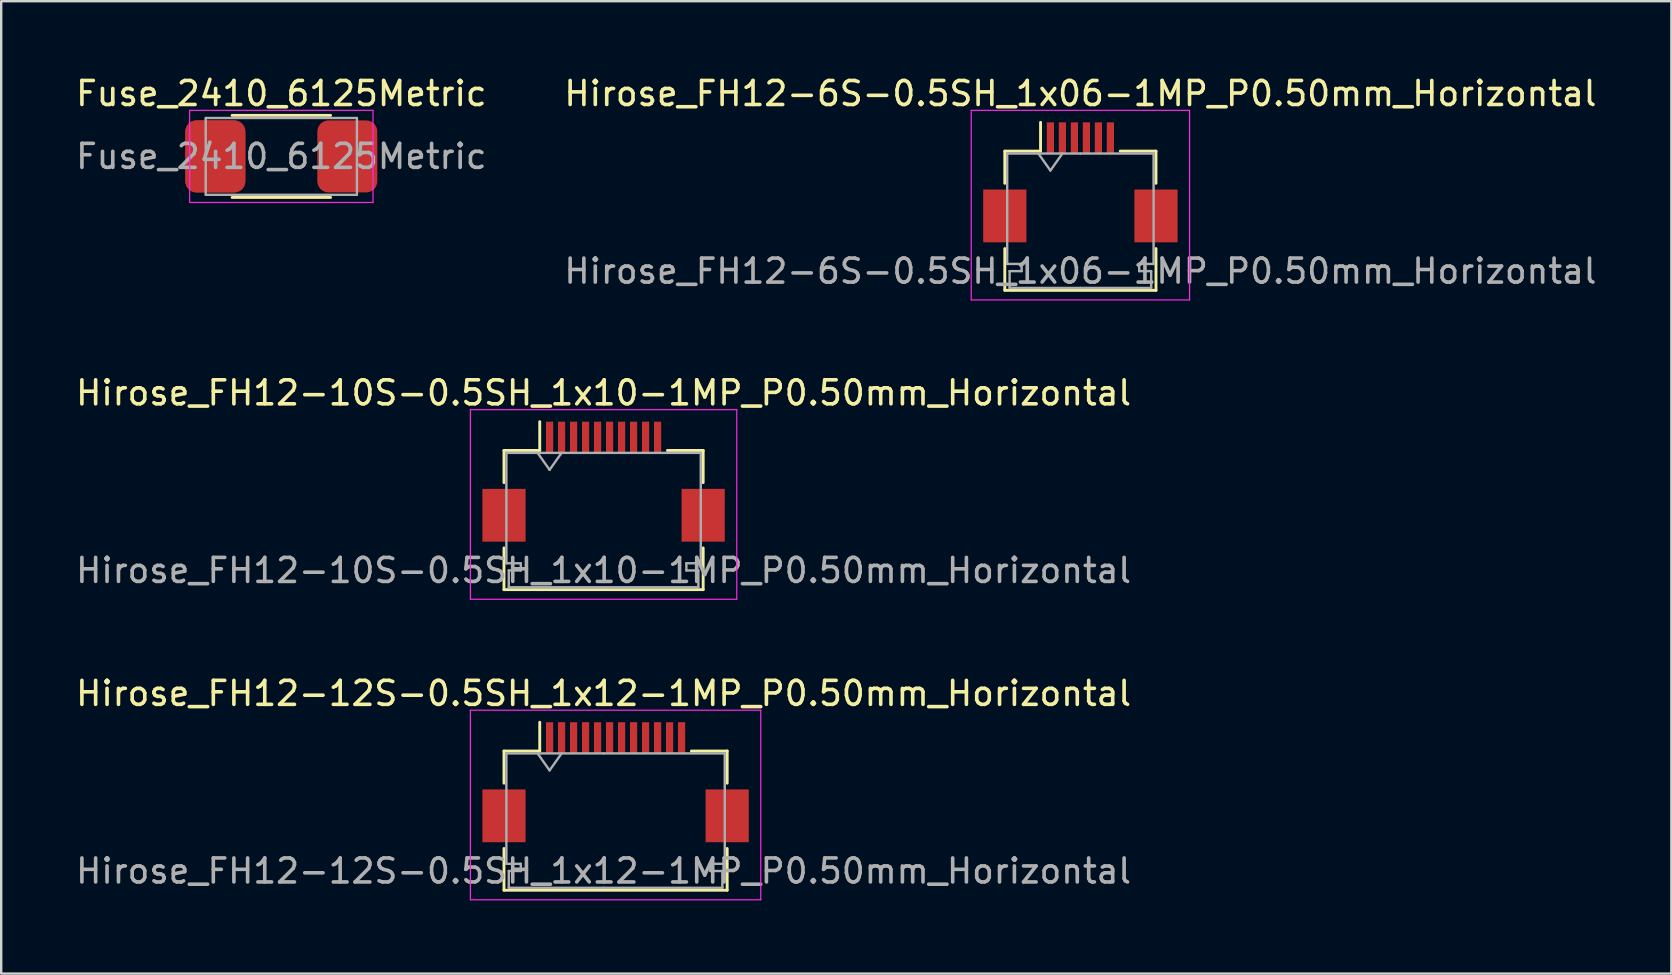
<source format=kicad_pcb>
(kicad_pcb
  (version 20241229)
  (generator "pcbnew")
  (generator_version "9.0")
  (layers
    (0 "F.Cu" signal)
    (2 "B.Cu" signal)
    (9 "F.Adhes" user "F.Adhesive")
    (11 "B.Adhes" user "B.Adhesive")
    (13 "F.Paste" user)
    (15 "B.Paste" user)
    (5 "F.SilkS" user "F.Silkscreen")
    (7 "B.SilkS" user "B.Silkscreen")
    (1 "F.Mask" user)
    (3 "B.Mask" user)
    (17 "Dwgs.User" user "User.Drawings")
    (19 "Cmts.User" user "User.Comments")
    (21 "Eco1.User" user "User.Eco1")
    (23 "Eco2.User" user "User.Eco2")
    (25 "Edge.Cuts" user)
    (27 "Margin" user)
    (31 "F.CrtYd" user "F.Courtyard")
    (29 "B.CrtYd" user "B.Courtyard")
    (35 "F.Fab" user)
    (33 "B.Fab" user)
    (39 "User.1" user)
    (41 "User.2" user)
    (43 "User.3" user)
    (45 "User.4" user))
  (footprint "Hirose_FH12-6S-0.5SH_1x06-1MP_P0.50mm_Horizontal"
    (layer "F.Cu")
    (at 41.97 4.548)
    (property "Reference" "Hirose_FH12-6S-0.5SH_1x06-1MP_P0.50mm_Horizontal" (at 0 -3.7 0) (layer "F.SilkS") (effects (font (size 1 1) (thickness 0.15))))
    (attr smd)
    (fp_line (start -3.15 -1.3) (end -3.15 0.04) (stroke (width 0.12) (type solid)) (layer "F.SilkS"))
    (fp_line (start -3.15 2.76) (end -3.15 4.5) (stroke (width 0.12) (type solid)) (layer "F.SilkS"))
    (fp_line (start -3.15 4.5) (end 3.15 4.5) (stroke (width 0.12) (type solid)) (layer "F.SilkS"))
    (fp_line (start -1.66 -1.3) (end -3.15 -1.3) (stroke (width 0.12) (type solid)) (layer "F.SilkS"))
    (fp_line (start -1.66 -1.3) (end -1.66 -2.5) (stroke (width 0.12) (type solid)) (layer "F.SilkS"))
    (fp_line (start 1.66 -1.3) (end 3.15 -1.3) (stroke (width 0.12) (type solid)) (layer "F.SilkS"))
    (fp_line (start 3.15 -1.3) (end 3.15 0.04) (stroke (width 0.12) (type solid)) (layer "F.SilkS"))
    (fp_line (start 3.15 4.5) (end 3.15 2.76) (stroke (width 0.12) (type solid)) (layer "F.SilkS"))
    (fp_line (start -4.55 -3) (end -4.55 4.9) (stroke (width 0.05) (type solid)) (layer "F.CrtYd"))
    (fp_line (start -4.55 4.9) (end 4.55 4.9) (stroke (width 0.05) (type solid)) (layer "F.CrtYd"))
    (fp_line (start 4.55 -3) (end -4.55 -3) (stroke (width 0.05) (type solid)) (layer "F.CrtYd"))
    (fp_line (start 4.55 4.9) (end 4.55 -3) (stroke (width 0.05) (type solid)) (layer "F.CrtYd"))
    (fp_line (start -3.05 -1.2) (end -3.05 3.4) (stroke (width 0.1) (type solid)) (layer "F.Fab"))
    (fp_line (start -3.05 3.4) (end -2.45 3.4) (stroke (width 0.1) (type solid)) (layer "F.Fab"))
    (fp_line (start -2.95 3.7) (end -2.95 4.4) (stroke (width 0.1) (type solid)) (layer "F.Fab"))
    (fp_line (start -2.95 4.4) (end 0 4.4) (stroke (width 0.1) (type solid)) (layer "F.Fab"))
    (fp_line (start -2.45 3.4) (end -2.45 3.7) (stroke (width 0.1) (type solid)) (layer "F.Fab"))
    (fp_line (start -2.45 3.7) (end -2.95 3.7) (stroke (width 0.1) (type solid)) (layer "F.Fab"))
    (fp_line (start -1.75 -1.2) (end -1.25 -0.493) (stroke (width 0.1) (type solid)) (layer "F.Fab"))
    (fp_line (start -1.25 -0.493) (end -0.75 -1.2) (stroke (width 0.1) (type solid)) (layer "F.Fab"))
    (fp_line (start 0 -1.2) (end -3.05 -1.2) (stroke (width 0.1) (type solid)) (layer "F.Fab"))
    (fp_line (start 0 -1.2) (end 3.05 -1.2) (stroke (width 0.1) (type solid)) (layer "F.Fab"))
    (fp_line (start 2.45 3.4) (end 2.45 3.7) (stroke (width 0.1) (type solid)) (layer "F.Fab"))
    (fp_line (start 2.45 3.7) (end 2.95 3.7) (stroke (width 0.1) (type solid)) (layer "F.Fab"))
    (fp_line (start 2.95 3.7) (end 2.95 4.4) (stroke (width 0.1) (type solid)) (layer "F.Fab"))
    (fp_line (start 2.95 4.4) (end 0 4.4) (stroke (width 0.1) (type solid)) (layer "F.Fab"))
    (fp_line (start 3.05 -1.2) (end 3.05 3.4) (stroke (width 0.1) (type solid)) (layer "F.Fab"))
    (fp_line (start 3.05 3.4) (end 2.45 3.4) (stroke (width 0.1) (type solid)) (layer "F.Fab"))
    (fp_text user "${REFERENCE}" (at 0 3.7 0) (layer "F.Fab") (effects (font (size 1 1) (thickness 0.15))))
    (pad "1" smd rect (at -1.25 -1.85) (size 0.3 1.3) (layers "F.Cu" "F.Mask" "F.Paste"))
    (pad "2" smd rect (at -0.75 -1.85) (size 0.3 1.3) (layers "F.Cu" "F.Mask" "F.Paste"))
    (pad "3" smd rect (at -0.25 -1.85) (size 0.3 1.3) (layers "F.Cu" "F.Mask" "F.Paste"))
    (pad "4" smd rect (at 0.25 -1.85) (size 0.3 1.3) (layers "F.Cu" "F.Mask" "F.Paste"))
    (pad "5" smd rect (at 0.75 -1.85) (size 0.3 1.3) (layers "F.Cu" "F.Mask" "F.Paste"))
    (pad "6" smd rect (at 1.25 -1.85) (size 0.3 1.3) (layers "F.Cu" "F.Mask" "F.Paste"))
    (pad "MP" smd rect (at -3.15 1.4) (size 1.8 2.2) (layers "F.Cu" "F.Mask" "F.Paste"))
    (pad "MP" smd rect (at 3.15 1.4) (size 1.8 2.2) (layers "F.Cu" "F.Mask" "F.Paste")))
  (footprint "Hirose_FH12-12S-0.5SH_1x12-1MP_P0.50mm_Horizontal"
    (layer "F.Cu")
    (at 22.601 29.545)
    (property "Reference" "Hirose_FH12-12S-0.5SH_1x12-1MP_P0.50mm_Horizontal" (at -0.5 -3.7 0) (layer "F.SilkS") (effects (font (size 1 1) (thickness 0.15))))
    (attr smd)
    (fp_line (start -4.65 -1.3) (end -4.65 0.04) (stroke (width 0.12) (type solid)) (layer "F.SilkS"))
    (fp_line (start -4.65 2.76) (end -4.65 4.5) (stroke (width 0.12) (type solid)) (layer "F.SilkS"))
    (fp_line (start -4.65 4.5) (end 4.65 4.5) (stroke (width 0.12) (type solid)) (layer "F.SilkS"))
    (fp_line (start -3.16 -1.3) (end -4.65 -1.3) (stroke (width 0.12) (type solid)) (layer "F.SilkS"))
    (fp_line (start -3.16 -1.3) (end -3.16 -2.5) (stroke (width 0.12) (type solid)) (layer "F.SilkS"))
    (fp_line (start 3.16 -1.3) (end 4.65 -1.3) (stroke (width 0.12) (type solid)) (layer "F.SilkS"))
    (fp_line (start 4.65 -1.3) (end 4.65 0.04) (stroke (width 0.12) (type solid)) (layer "F.SilkS"))
    (fp_line (start 4.65 4.5) (end 4.65 2.76) (stroke (width 0.12) (type solid)) (layer "F.SilkS"))
    (fp_line (start -3.25 -0.1) (end -3.25 4.9) (stroke (width 0.15) (type solid)) (layer "Eco1.User"))
    (fp_line (start -3.25 -0.1) (end 3.25 -0.1) (stroke (width 0.15) (type solid)) (layer "Eco1.User"))
    (fp_line (start 3.25 -0.1) (end 3.25 4.9) (stroke (width 0.15) (type solid)) (layer "Eco1.User"))
    (fp_line (start -6.05 -3) (end -6.05 4.9) (stroke (width 0.05) (type solid)) (layer "F.CrtYd"))
    (fp_line (start -6.05 4.9) (end 6.05 4.9) (stroke (width 0.05) (type solid)) (layer "F.CrtYd"))
    (fp_line (start 6.05 -3) (end -6.05 -3) (stroke (width 0.05) (type solid)) (layer "F.CrtYd"))
    (fp_line (start 6.05 4.9) (end 6.05 -3) (stroke (width 0.05) (type solid)) (layer "F.CrtYd"))
    (fp_line (start -4.55 -1.2) (end -4.55 3.4) (stroke (width 0.1) (type solid)) (layer "F.Fab"))
    (fp_line (start -4.55 3.4) (end -3.95 3.4) (stroke (width 0.1) (type solid)) (layer "F.Fab"))
    (fp_line (start -4.45 3.7) (end -4.45 4.4) (stroke (width 0.1) (type solid)) (layer "F.Fab"))
    (fp_line (start -4.45 4.4) (end -0.5 4.4) (stroke (width 0.1) (type solid)) (layer "F.Fab"))
    (fp_line (start -3.95 3.4) (end -3.95 3.7) (stroke (width 0.1) (type solid)) (layer "F.Fab"))
    (fp_line (start -3.95 3.7) (end -4.45 3.7) (stroke (width 0.1) (type solid)) (layer "F.Fab"))
    (fp_line (start -3.25 -1.2) (end -2.75 -0.493) (stroke (width 0.1) (type solid)) (layer "F.Fab"))
    (fp_line (start -2.75 -0.493) (end -2.25 -1.2) (stroke (width 0.1) (type solid)) (layer "F.Fab"))
    (fp_line (start -0.5 -1.2) (end -4.55 -1.2) (stroke (width 0.1) (type solid)) (layer "F.Fab"))
    (fp_line (start -0.5 -1.2) (end 4.55 -1.2) (stroke (width 0.1) (type solid)) (layer "F.Fab"))
    (fp_line (start 3.95 3.4) (end 3.95 3.7) (stroke (width 0.1) (type solid)) (layer "F.Fab"))
    (fp_line (start 3.95 3.7) (end 4.45 3.7) (stroke (width 0.1) (type solid)) (layer "F.Fab"))
    (fp_line (start 4.45 3.7) (end 4.45 4.4) (stroke (width 0.1) (type solid)) (layer "F.Fab"))
    (fp_line (start 4.45 4.4) (end -0.5 4.4) (stroke (width 0.1) (type solid)) (layer "F.Fab"))
    (fp_line (start 4.55 -1.2) (end 4.55 3.4) (stroke (width 0.1) (type solid)) (layer "F.Fab"))
    (fp_line (start 4.55 3.4) (end 3.95 3.4) (stroke (width 0.1) (type solid)) (layer "F.Fab"))
    (fp_text user "${REFERENCE}" (at -0.5 3.7 0) (layer "F.Fab") (effects (font (size 1 1) (thickness 0.15))))
    (pad "1" smd rect (at -2.75 -1.85) (size 0.3 1.3) (layers "F.Cu" "F.Mask" "F.Paste"))
    (pad "2" smd rect (at -2.25 -1.85) (size 0.3 1.3) (layers "F.Cu" "F.Mask" "F.Paste"))
    (pad "3" smd rect (at -1.75 -1.85) (size 0.3 1.3) (layers "F.Cu" "F.Mask" "F.Paste"))
    (pad "4" smd rect (at -1.25 -1.85) (size 0.3 1.3) (layers "F.Cu" "F.Mask" "F.Paste"))
    (pad "5" smd rect (at -0.75 -1.85) (size 0.3 1.3) (layers "F.Cu" "F.Mask" "F.Paste"))
    (pad "6" smd rect (at -0.25 -1.85) (size 0.3 1.3) (layers "F.Cu" "F.Mask" "F.Paste"))
    (pad "7" smd rect (at 0.25 -1.85) (size 0.3 1.3) (layers "F.Cu" "F.Mask" "F.Paste"))
    (pad "8" smd rect (at 0.75 -1.85) (size 0.3 1.3) (layers "F.Cu" "F.Mask" "F.Paste"))
    (pad "9" smd rect (at 1.25 -1.85) (size 0.3 1.3) (layers "F.Cu" "F.Mask" "F.Paste"))
    (pad "10" smd rect (at 1.75 -1.85) (size 0.3 1.3) (layers "F.Cu" "F.Mask" "F.Paste"))
    (pad "11" smd rect (at 2.25 -1.85) (size 0.3 1.3) (layers "F.Cu" "F.Mask" "F.Paste"))
    (pad "12" smd rect (at 2.75 -1.85) (size 0.3 1.3) (layers "F.Cu" "F.Mask" "F.Paste"))
    (pad "MP" smd rect (at -4.65 1.4) (size 1.8 2.2) (layers "F.Cu" "F.Mask" "F.Paste"))
    (pad "MP" smd rect (at 4.65 1.4) (size 1.8 2.2) (layers "F.Cu" "F.Mask" "F.Paste")))
  (footprint "Fuse_2410_6125Metric"
    (layer "F.Cu")
    (at 8.673 3.468)
    (property "Reference" "Fuse_2410_6125Metric" (at 0 -2.62 0) (layer "F.SilkS") (effects (font (size 1 1) (thickness 0.15))))
    (attr smd)
    (fp_line (start -2.052 -1.71) (end 2.052 -1.71) (stroke (width 0.12) (type solid)) (layer "F.SilkS"))
    (fp_line (start -2.052 1.71) (end 2.052 1.71) (stroke (width 0.12) (type solid)) (layer "F.SilkS"))
    (fp_line (start -3.82 -1.92) (end 3.82 -1.92) (stroke (width 0.05) (type solid)) (layer "F.CrtYd"))
    (fp_line (start -3.82 1.92) (end -3.82 -1.92) (stroke (width 0.05) (type solid)) (layer "F.CrtYd"))
    (fp_line (start 3.82 -1.92) (end 3.82 1.92) (stroke (width 0.05) (type solid)) (layer "F.CrtYd"))
    (fp_line (start 3.82 1.92) (end -3.82 1.92) (stroke (width 0.05) (type solid)) (layer "F.CrtYd"))
    (fp_line (start -3.15 -1.6) (end 3.15 -1.6) (stroke (width 0.1) (type solid)) (layer "F.Fab"))
    (fp_line (start -3.15 1.6) (end -3.15 -1.6) (stroke (width 0.1) (type solid)) (layer "F.Fab"))
    (fp_line (start 3.15 -1.6) (end 3.15 1.6) (stroke (width 0.1) (type solid)) (layer "F.Fab"))
    (fp_line (start 3.15 1.6) (end -3.15 1.6) (stroke (width 0.1) (type solid)) (layer "F.Fab"))
    (fp_text user "${REFERENCE}" (at 0 0 0) (layer "F.Fab") (effects (font (size 1 1) (thickness 0.15))))
    (pad "1" smd roundrect (at -2.75 0) (size 2.5 3) (layers "F.Cu" "F.Mask" "F.Paste") (roundrect_rratio 0.185))
    (pad "1" smd roundrect (at -2.75 0) (size 2.5 3) (layers "F.Cu" "F.Mask" "F.Paste") (roundrect_rratio 0.185))
    (pad "2" smd roundrect (at 2.75 0 180) (size 2.5 3) (layers "F.Cu" "F.Mask" "F.Paste") (roundrect_rratio 0.185)))
  (footprint "Hirose_FH12-10S-0.5SH_1x10-1MP_P0.50mm_Horizontal"
    (layer "F.Cu")
    (at 22.101 17.021)
    (property "Reference" "Hirose_FH12-10S-0.5SH_1x10-1MP_P0.50mm_Horizontal" (at 0 -3.7 0) (layer "F.SilkS") (effects (font (size 1 1) (thickness 0.15))))
    (attr smd)
    (fp_line (start -4.15 -1.3) (end -4.15 0.04) (stroke (width 0.12) (type solid)) (layer "F.SilkS"))
    (fp_line (start -4.15 2.76) (end -4.15 4.5) (stroke (width 0.12) (type solid)) (layer "F.SilkS"))
    (fp_line (start -4.15 4.5) (end 4.15 4.5) (stroke (width 0.12) (type solid)) (layer "F.SilkS"))
    (fp_line (start -2.66 -1.3) (end -4.15 -1.3) (stroke (width 0.12) (type solid)) (layer "F.SilkS"))
    (fp_line (start -2.66 -1.3) (end -2.66 -2.5) (stroke (width 0.12) (type solid)) (layer "F.SilkS"))
    (fp_line (start 2.66 -1.3) (end 4.15 -1.3) (stroke (width 0.12) (type solid)) (layer "F.SilkS"))
    (fp_line (start 4.15 -1.3) (end 4.15 0.04) (stroke (width 0.12) (type solid)) (layer "F.SilkS"))
    (fp_line (start 4.15 4.5) (end 4.15 2.76) (stroke (width 0.12) (type solid)) (layer "F.SilkS"))
    (fp_line (start -2.75 -0.1) (end -2.75 4.9) (stroke (width 0.15) (type solid)) (layer "Eco1.User"))
    (fp_line (start -2.75 -0.1) (end 2.75 -0.1) (stroke (width 0.15) (type solid)) (layer "Eco1.User"))
    (fp_line (start 2.75 -0.1) (end 2.75 4.9) (stroke (width 0.15) (type solid)) (layer "Eco1.User"))
    (fp_line (start -5.55 -3) (end -5.55 4.9) (stroke (width 0.05) (type solid)) (layer "F.CrtYd"))
    (fp_line (start -5.55 4.9) (end 5.55 4.9) (stroke (width 0.05) (type solid)) (layer "F.CrtYd"))
    (fp_line (start 5.55 -3) (end -5.55 -3) (stroke (width 0.05) (type solid)) (layer "F.CrtYd"))
    (fp_line (start 5.55 4.9) (end 5.55 -3) (stroke (width 0.05) (type solid)) (layer "F.CrtYd"))
    (fp_line (start -4.05 -1.2) (end -4.05 3.4) (stroke (width 0.1) (type solid)) (layer "F.Fab"))
    (fp_line (start -4.05 3.4) (end -3.45 3.4) (stroke (width 0.1) (type solid)) (layer "F.Fab"))
    (fp_line (start -3.95 3.7) (end -3.95 4.4) (stroke (width 0.1) (type solid)) (layer "F.Fab"))
    (fp_line (start -3.95 4.4) (end 0 4.4) (stroke (width 0.1) (type solid)) (layer "F.Fab"))
    (fp_line (start -3.45 3.4) (end -3.45 3.7) (stroke (width 0.1) (type solid)) (layer "F.Fab"))
    (fp_line (start -3.45 3.7) (end -3.95 3.7) (stroke (width 0.1) (type solid)) (layer "F.Fab"))
    (fp_line (start -2.75 -1.2) (end -2.25 -0.493) (stroke (width 0.1) (type solid)) (layer "F.Fab"))
    (fp_line (start -2.25 -0.493) (end -1.75 -1.2) (stroke (width 0.1) (type solid)) (layer "F.Fab"))
    (fp_line (start 0 -1.2) (end -4.05 -1.2) (stroke (width 0.1) (type solid)) (layer "F.Fab"))
    (fp_line (start 0 -1.2) (end 4.05 -1.2) (stroke (width 0.1) (type solid)) (layer "F.Fab"))
    (fp_line (start 3.45 3.4) (end 3.45 3.7) (stroke (width 0.1) (type solid)) (layer "F.Fab"))
    (fp_line (start 3.45 3.7) (end 3.95 3.7) (stroke (width 0.1) (type solid)) (layer "F.Fab"))
    (fp_line (start 3.95 3.7) (end 3.95 4.4) (stroke (width 0.1) (type solid)) (layer "F.Fab"))
    (fp_line (start 3.95 4.4) (end 0 4.4) (stroke (width 0.1) (type solid)) (layer "F.Fab"))
    (fp_line (start 4.05 -1.2) (end 4.05 3.4) (stroke (width 0.1) (type solid)) (layer "F.Fab"))
    (fp_line (start 4.05 3.4) (end 3.45 3.4) (stroke (width 0.1) (type solid)) (layer "F.Fab"))
    (fp_text user "${REFERENCE}" (at 0 3.7 0) (layer "F.Fab") (effects (font (size 1 1) (thickness 0.15))))
    (pad "1" smd rect (at -2.25 -1.85) (size 0.3 1.3) (layers "F.Cu" "F.Mask" "F.Paste"))
    (pad "2" smd rect (at -1.75 -1.85) (size 0.3 1.3) (layers "F.Cu" "F.Mask" "F.Paste"))
    (pad "3" smd rect (at -1.25 -1.85) (size 0.3 1.3) (layers "F.Cu" "F.Mask" "F.Paste"))
    (pad "4" smd rect (at -0.75 -1.85) (size 0.3 1.3) (layers "F.Cu" "F.Mask" "F.Paste"))
    (pad "5" smd rect (at -0.25 -1.85) (size 0.3 1.3) (layers "F.Cu" "F.Mask" "F.Paste"))
    (pad "6" smd rect (at 0.25 -1.85) (size 0.3 1.3) (layers "F.Cu" "F.Mask" "F.Paste"))
    (pad "7" smd rect (at 0.75 -1.85) (size 0.3 1.3) (layers "F.Cu" "F.Mask" "F.Paste"))
    (pad "8" smd rect (at 1.25 -1.85) (size 0.3 1.3) (layers "F.Cu" "F.Mask" "F.Paste"))
    (pad "9" smd rect (at 1.75 -1.85) (size 0.3 1.3) (layers "F.Cu" "F.Mask" "F.Paste"))
    (pad "10" smd rect (at 2.25 -1.85) (size 0.3 1.3) (layers "F.Cu" "F.Mask" "F.Paste"))
    (pad "MP" smd rect (at -4.15 1.4) (size 1.8 2.2) (layers "F.Cu" "F.Mask" "F.Paste"))
    (pad "MP" smd rect (at 4.15 1.4) (size 1.8 2.2) (layers "F.Cu" "F.Mask" "F.Paste")))
  (gr_rect
    (start -3 -3)
    (end 66.595 37.52)
    (stroke (width 0.1) (type default))
    (fill no)
    (layer "Edge.Cuts")))
</source>
